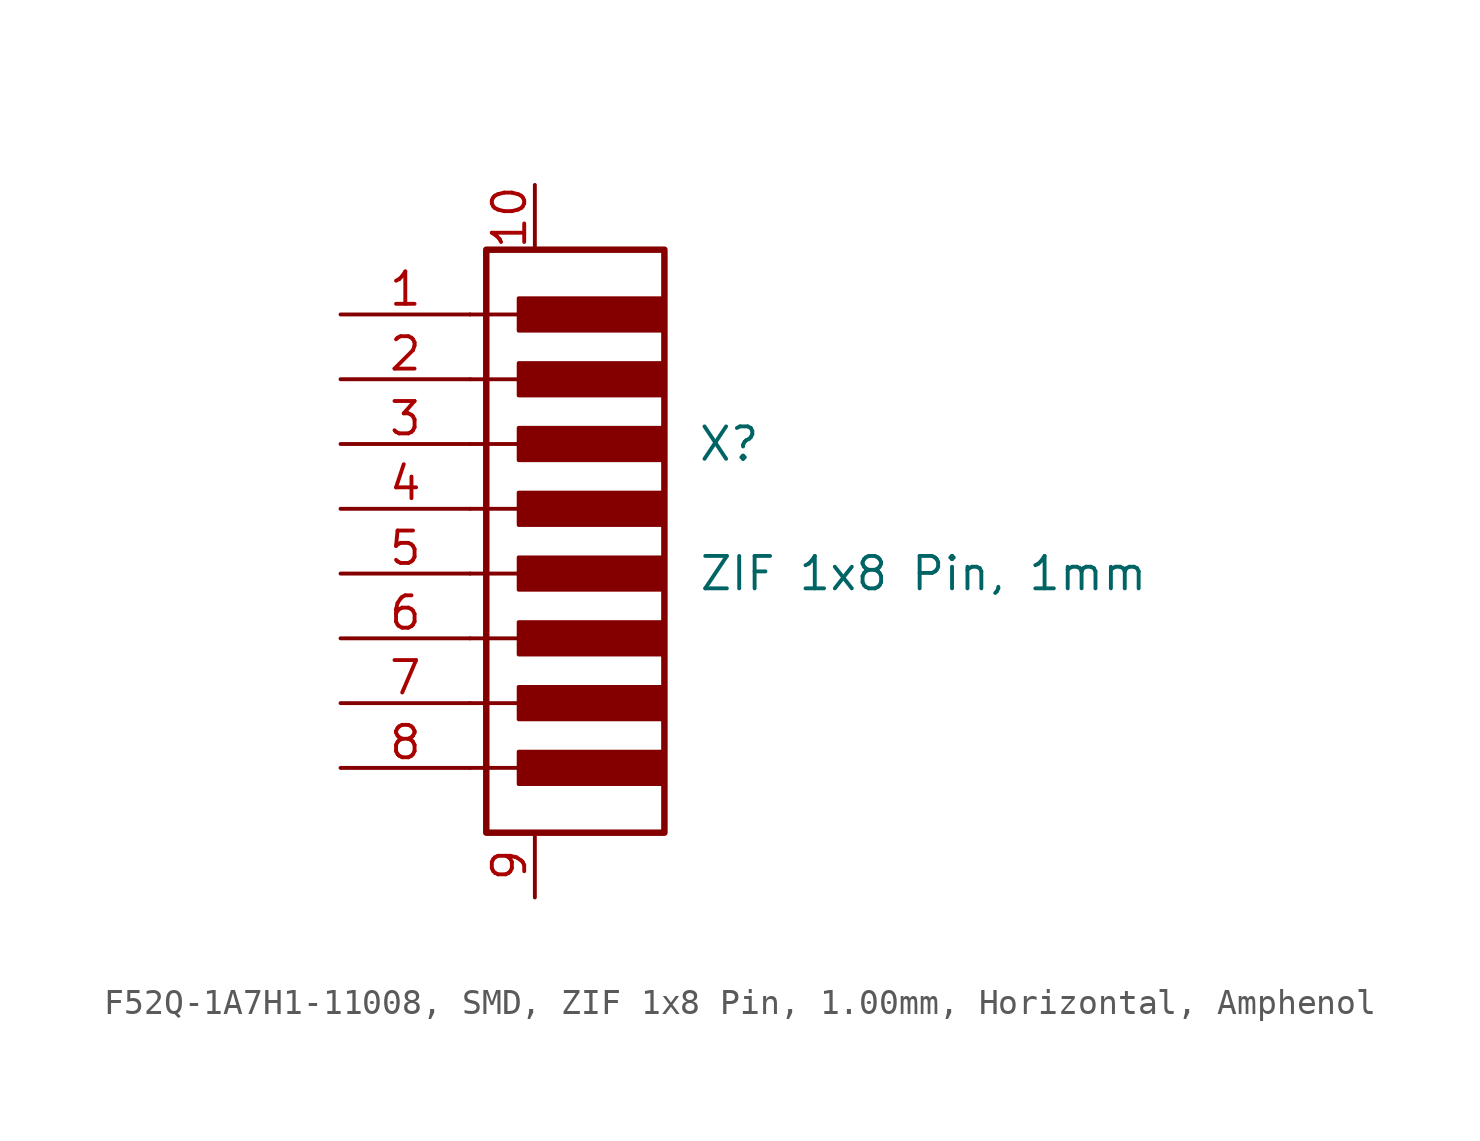
<source format=kicad_sym>
(kicad_symbol_lib
  (version 20241209)
  (generator "kicad_symbol_editor")
  (generator_version "9.0")
  (symbol "F52Q-1A7H1-11008, SMD, ZIF 1x8 Pin, 1.00mm, Horizontal, Amphenol"
    (pin_names
      (offset 1.016)
      (hide yes))
    (property "Reference" "X"
      (at 7.62 2.54 0)
      (effects (font (size 1.27 1.27))))
    (property "Value" "ZIF 1x8 Pin, 1mm"
      (at 15.24 -2.54 0)
      (effects (font (size 1.27 1.27))))
    (property "Label" ""
      (at 0 0 0)
      (effects (font (size 1.27 1.27) (thickness 0.254) (bold yes))))
    (symbol "F52Q-1A7H1-11008, SMD, ZIF 1x8 Pin, 1.00mm, Horizontal, Amphenol_1_0"
      (polyline (pts (xy -2.54 7.62) (xy 0 7.62)) (stroke (width 0.152) (type default)) (fill (type none)))
      (polyline (pts (xy -2.54 5.08) (xy 0 5.08)) (stroke (width 0.152) (type default)) (fill (type none)))
      (polyline (pts (xy -2.54 2.54) (xy 0 2.54)) (stroke (width 0.152) (type default)) (fill (type none)))
      (polyline (pts (xy -2.54 0) (xy 0 0)) (stroke (width 0.152) (type default)) (fill (type none)))
      (polyline (pts (xy -2.54 -2.54) (xy 0 -2.54)) (stroke (width 0.152) (type default)) (fill (type none)))
      (polyline (pts (xy -2.54 -5.08) (xy 0 -5.08)) (stroke (width 0.152) (type default)) (fill (type none)))
      (polyline (pts (xy -2.54 -7.62) (xy 0 -7.62)) (stroke (width 0.152) (type default)) (fill (type none)))
      (polyline (pts (xy -2.54 -10.16) (xy 0 -10.16)) (stroke (width 0.152) (type default)) (fill (type none))))
    (symbol "F52Q-1A7H1-11008, SMD, ZIF 1x8 Pin, 1.00mm, Horizontal, Amphenol_1_1"
      (rectangle (start -1.905 10.16) (end 5.08 -12.7) (stroke (width 0.254) (type default)) (fill (type none)))
      (rectangle (start -0.635 8.255) (end 5.08 6.985) (stroke (width 0.152) (type default)) (fill (type outline)))
      (rectangle (start -0.635 5.715) (end 5.08 4.445) (stroke (width 0.152) (type default)) (fill (type outline)))
      (rectangle (start -0.635 3.175) (end 5.08 1.905) (stroke (width 0.152) (type default)) (fill (type outline)))
      (rectangle (start -0.635 0.635) (end 5.08 -0.635) (stroke (width 0.152) (type default)) (fill (type outline)))
      (rectangle (start -0.635 -1.905) (end 5.08 -3.175) (stroke (width 0.152) (type default)) (fill (type outline)))
      (rectangle (start -0.635 -4.445) (end 5.08 -5.715) (stroke (width 0.152) (type default)) (fill (type outline)))
      (rectangle (start -0.635 -6.985) (end 5.08 -8.255) (stroke (width 0.152) (type default)) (fill (type outline)))
      (rectangle (start -0.635 -9.525) (end 5.08 -10.795) (stroke (width 0.152) (type default)) (fill (type outline)))
      (pin passive line (at -7.62 7.62 0) (length 5.08) (name "1" (effects (font (size 1.27 1.27)))) (number "1" (effects (font (size 1.27 1.27)))))
      (pin passive line (at -7.62 5.08 0) (length 5.08) (name "2" (effects (font (size 1.27 1.27)))) (number "2" (effects (font (size 1.27 1.27)))))
      (pin passive line (at -7.62 2.54 0) (length 5.08) (name "3" (effects (font (size 1.27 1.27)))) (number "3" (effects (font (size 1.27 1.27)))))
      (pin passive line (at -7.62 0 0) (length 5.08) (name "4" (effects (font (size 1.27 1.27)))) (number "4" (effects (font (size 1.27 1.27)))))
      (pin passive line (at -7.62 -2.54 0) (length 5.08) (name "5" (effects (font (size 1.27 1.27)))) (number "5" (effects (font (size 1.27 1.27)))))
      (pin passive line (at -7.62 -5.08 0) (length 5.08) (name "6" (effects (font (size 1.27 1.27)))) (number "6" (effects (font (size 1.27 1.27)))))
      (pin passive line (at -7.62 -7.62 0) (length 5.08) (name "7" (effects (font (size 1.27 1.27)))) (number "7" (effects (font (size 1.27 1.27)))))
      (pin passive line (at -7.62 -10.16 0) (length 5.08) (name "8" (effects (font (size 1.27 1.27)))) (number "8" (effects (font (size 1.27 1.27)))))
      (pin unspecified line (at 0 12.7 270) (length 2.54) (name "SH" (effects (font (size 1.27 1.27)))) (number "10" (effects (font (size 1.27 1.27)))))
      (pin unspecified line (at 0 -15.24 90) (length 2.54) (name "SH" (effects (font (size 1.27 1.27)))) (number "9" (effects (font (size 1.27 1.27))))))))
</source>
